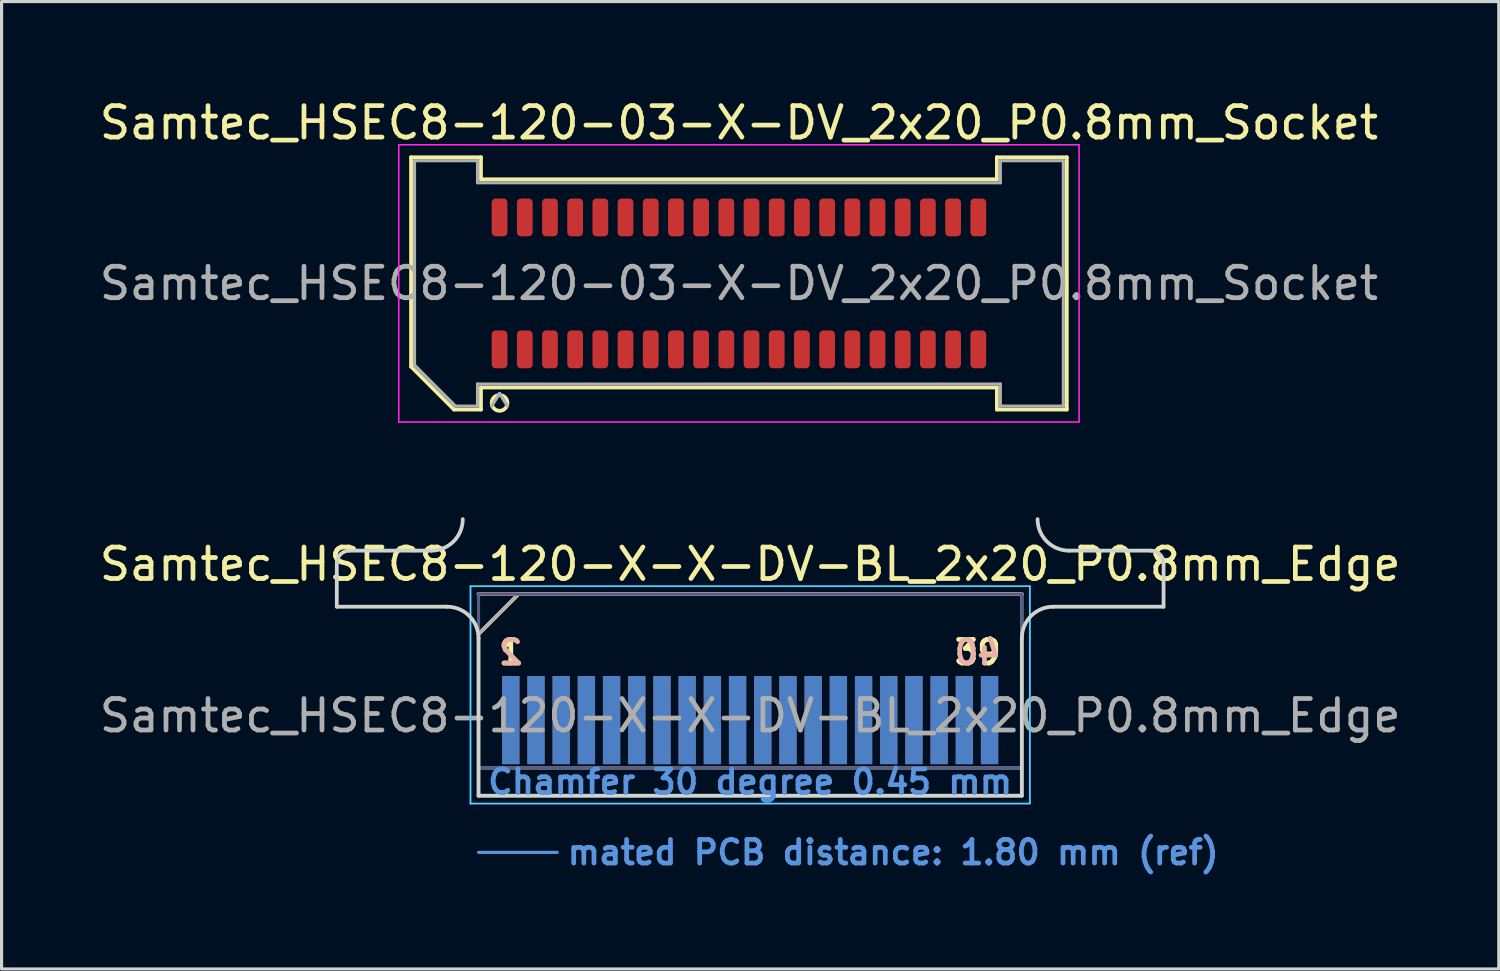
<source format=kicad_pcb>
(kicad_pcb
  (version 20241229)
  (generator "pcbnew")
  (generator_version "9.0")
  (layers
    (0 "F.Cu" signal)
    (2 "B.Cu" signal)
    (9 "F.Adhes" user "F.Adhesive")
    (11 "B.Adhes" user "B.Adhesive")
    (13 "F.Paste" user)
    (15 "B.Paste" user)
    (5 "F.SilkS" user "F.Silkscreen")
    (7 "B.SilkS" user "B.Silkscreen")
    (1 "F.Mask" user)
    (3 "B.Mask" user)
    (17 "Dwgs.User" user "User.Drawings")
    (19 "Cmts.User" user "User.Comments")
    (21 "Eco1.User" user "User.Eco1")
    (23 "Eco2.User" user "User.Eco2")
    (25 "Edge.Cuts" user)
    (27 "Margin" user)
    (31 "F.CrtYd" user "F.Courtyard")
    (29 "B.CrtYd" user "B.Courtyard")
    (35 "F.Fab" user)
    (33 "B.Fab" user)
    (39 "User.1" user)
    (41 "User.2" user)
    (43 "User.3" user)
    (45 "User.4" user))
  (footprint "Samtec_HSEC8-120-03-X-DV_2x20_P0.8mm_Socket"
    (layer "F.Cu")
    (at 20.411 5.948)
    (property "Reference" "Samtec_HSEC8-120-03-X-DV_2x20_P0.8mm_Socket" (at 0 -5.1 0) (layer "F.SilkS") (effects (font (size 1 1) (thickness 0.15))))
    (attr smd)
    (fp_line (start -10.41 -4.005) (end -8.19 -4.005) (stroke (width 0.12) (type solid)) (layer "F.SilkS"))
    (fp_line (start -10.41 2.641) (end -10.41 -4.005) (stroke (width 0.12) (type solid)) (layer "F.SilkS"))
    (fp_line (start -9.046 4.005) (end -10.41 2.641) (stroke (width 0.12) (type solid)) (layer "F.SilkS"))
    (fp_line (start -8.19 -4.005) (end -8.19 -3.305) (stroke (width 0.12) (type solid)) (layer "F.SilkS"))
    (fp_line (start -8.19 -3.305) (end 8.19 -3.305) (stroke (width 0.12) (type solid)) (layer "F.SilkS"))
    (fp_line (start -8.19 3.305) (end -8.19 4.005) (stroke (width 0.12) (type solid)) (layer "F.SilkS"))
    (fp_line (start -8.19 4.005) (end -9.046 4.005) (stroke (width 0.12) (type solid)) (layer "F.SilkS"))
    (fp_line (start 8.19 -4.005) (end 10.41 -4.005) (stroke (width 0.12) (type solid)) (layer "F.SilkS"))
    (fp_line (start 8.19 -3.305) (end 8.19 -4.005) (stroke (width 0.12) (type solid)) (layer "F.SilkS"))
    (fp_line (start 8.19 3.305) (end -8.19 3.305) (stroke (width 0.12) (type solid)) (layer "F.SilkS"))
    (fp_line (start 8.19 4.005) (end 8.19 3.305) (stroke (width 0.12) (type solid)) (layer "F.SilkS"))
    (fp_line (start 10.41 -4.005) (end 10.41 4.005) (stroke (width 0.12) (type solid)) (layer "F.SilkS"))
    (fp_line (start 10.41 4.005) (end 8.19 4.005) (stroke (width 0.12) (type solid)) (layer "F.SilkS"))
    (fp_arc (start -7.35 3.795) (mid -7.85 3.795) (end -7.35 3.795) (stroke (width 0.12) (type solid)) (layer "F.SilkS"))
    (fp_line (start -10.8 -4.4) (end -10.8 4.4) (stroke (width 0.05) (type solid)) (layer "F.CrtYd"))
    (fp_line (start -10.8 4.4) (end 10.8 4.4) (stroke (width 0.05) (type solid)) (layer "F.CrtYd"))
    (fp_line (start 10.8 -4.4) (end -10.8 -4.4) (stroke (width 0.05) (type solid)) (layer "F.CrtYd"))
    (fp_line (start 10.8 4.4) (end 10.8 -4.4) (stroke (width 0.05) (type solid)) (layer "F.CrtYd"))
    (fp_line (start -10.3 -3.895) (end -8.3 -3.895) (stroke (width 0.1) (type solid)) (layer "F.Fab"))
    (fp_line (start -10.3 2.595) (end -10.3 -3.895) (stroke (width 0.1) (type solid)) (layer "F.Fab"))
    (fp_line (start -9 3.895) (end -10.3 2.595) (stroke (width 0.1) (type solid)) (layer "F.Fab"))
    (fp_line (start -8.3 -3.895) (end -8.3 -3.195) (stroke (width 0.1) (type solid)) (layer "F.Fab"))
    (fp_line (start -8.3 -3.195) (end 8.3 -3.195) (stroke (width 0.1) (type solid)) (layer "F.Fab"))
    (fp_line (start -8.3 3.195) (end -8.3 3.895) (stroke (width 0.1) (type solid)) (layer "F.Fab"))
    (fp_line (start -8.3 3.895) (end -9 3.895) (stroke (width 0.1) (type solid)) (layer "F.Fab"))
    (fp_line (start -7.6 3.495) (end -7.85 3.895) (stroke (width 0.1) (type solid)) (layer "F.Fab"))
    (fp_line (start -7.6 3.495) (end -7.35 3.895) (stroke (width 0.1) (type solid)) (layer "F.Fab"))
    (fp_line (start 8.3 -3.895) (end 10.3 -3.895) (stroke (width 0.1) (type solid)) (layer "F.Fab"))
    (fp_line (start 8.3 -3.195) (end 8.3 -3.895) (stroke (width 0.1) (type solid)) (layer "F.Fab"))
    (fp_line (start 8.3 3.195) (end -8.3 3.195) (stroke (width 0.1) (type solid)) (layer "F.Fab"))
    (fp_line (start 8.3 3.895) (end 8.3 3.195) (stroke (width 0.1) (type solid)) (layer "F.Fab"))
    (fp_line (start 10.3 -3.895) (end 10.3 3.895) (stroke (width 0.1) (type solid)) (layer "F.Fab"))
    (fp_line (start 10.3 3.895) (end 8.3 3.895) (stroke (width 0.1) (type solid)) (layer "F.Fab"))
    (fp_text user "${REFERENCE}" (at 0 0 0) (layer "F.Fab") (effects (font (size 1 1) (thickness 0.15))))
    (pad "1" smd roundrect (at -7.6 2.095) (size 0.5 1.2) (layers "F.Cu" "F.Mask" "F.Paste") (roundrect_rratio 0.25))
    (pad "2" smd roundrect (at -7.6 -2.095) (size 0.5 1.2) (layers "F.Cu" "F.Mask" "F.Paste") (roundrect_rratio 0.25))
    (pad "3" smd roundrect (at -6.8 2.095) (size 0.5 1.2) (layers "F.Cu" "F.Mask" "F.Paste") (roundrect_rratio 0.25))
    (pad "4" smd roundrect (at -6.8 -2.095) (size 0.5 1.2) (layers "F.Cu" "F.Mask" "F.Paste") (roundrect_rratio 0.25))
    (pad "5" smd roundrect (at -6 2.095) (size 0.5 1.2) (layers "F.Cu" "F.Mask" "F.Paste") (roundrect_rratio 0.25))
    (pad "6" smd roundrect (at -6 -2.095) (size 0.5 1.2) (layers "F.Cu" "F.Mask" "F.Paste") (roundrect_rratio 0.25))
    (pad "7" smd roundrect (at -5.2 2.095) (size 0.5 1.2) (layers "F.Cu" "F.Mask" "F.Paste") (roundrect_rratio 0.25))
    (pad "8" smd roundrect (at -5.2 -2.095) (size 0.5 1.2) (layers "F.Cu" "F.Mask" "F.Paste") (roundrect_rratio 0.25))
    (pad "9" smd roundrect (at -4.4 2.095) (size 0.5 1.2) (layers "F.Cu" "F.Mask" "F.Paste") (roundrect_rratio 0.25))
    (pad "10" smd roundrect (at -4.4 -2.095) (size 0.5 1.2) (layers "F.Cu" "F.Mask" "F.Paste") (roundrect_rratio 0.25))
    (pad "11" smd roundrect (at -3.6 2.095) (size 0.5 1.2) (layers "F.Cu" "F.Mask" "F.Paste") (roundrect_rratio 0.25))
    (pad "12" smd roundrect (at -3.6 -2.095) (size 0.5 1.2) (layers "F.Cu" "F.Mask" "F.Paste") (roundrect_rratio 0.25))
    (pad "13" smd roundrect (at -2.8 2.095) (size 0.5 1.2) (layers "F.Cu" "F.Mask" "F.Paste") (roundrect_rratio 0.25))
    (pad "14" smd roundrect (at -2.8 -2.095) (size 0.5 1.2) (layers "F.Cu" "F.Mask" "F.Paste") (roundrect_rratio 0.25))
    (pad "15" smd roundrect (at -2 2.095) (size 0.5 1.2) (layers "F.Cu" "F.Mask" "F.Paste") (roundrect_rratio 0.25))
    (pad "16" smd roundrect (at -2 -2.095) (size 0.5 1.2) (layers "F.Cu" "F.Mask" "F.Paste") (roundrect_rratio 0.25))
    (pad "17" smd roundrect (at -1.2 2.095) (size 0.5 1.2) (layers "F.Cu" "F.Mask" "F.Paste") (roundrect_rratio 0.25))
    (pad "18" smd roundrect (at -1.2 -2.095) (size 0.5 1.2) (layers "F.Cu" "F.Mask" "F.Paste") (roundrect_rratio 0.25))
    (pad "19" smd roundrect (at -0.4 2.095) (size 0.5 1.2) (layers "F.Cu" "F.Mask" "F.Paste") (roundrect_rratio 0.25))
    (pad "20" smd roundrect (at -0.4 -2.095) (size 0.5 1.2) (layers "F.Cu" "F.Mask" "F.Paste") (roundrect_rratio 0.25))
    (pad "21" smd roundrect (at 0.4 2.095) (size 0.5 1.2) (layers "F.Cu" "F.Mask" "F.Paste") (roundrect_rratio 0.25))
    (pad "22" smd roundrect (at 0.4 -2.095) (size 0.5 1.2) (layers "F.Cu" "F.Mask" "F.Paste") (roundrect_rratio 0.25))
    (pad "23" smd roundrect (at 1.2 2.095) (size 0.5 1.2) (layers "F.Cu" "F.Mask" "F.Paste") (roundrect_rratio 0.25))
    (pad "24" smd roundrect (at 1.2 -2.095) (size 0.5 1.2) (layers "F.Cu" "F.Mask" "F.Paste") (roundrect_rratio 0.25))
    (pad "25" smd roundrect (at 2 2.095) (size 0.5 1.2) (layers "F.Cu" "F.Mask" "F.Paste") (roundrect_rratio 0.25))
    (pad "26" smd roundrect (at 2 -2.095) (size 0.5 1.2) (layers "F.Cu" "F.Mask" "F.Paste") (roundrect_rratio 0.25))
    (pad "27" smd roundrect (at 2.8 2.095) (size 0.5 1.2) (layers "F.Cu" "F.Mask" "F.Paste") (roundrect_rratio 0.25))
    (pad "28" smd roundrect (at 2.8 -2.095) (size 0.5 1.2) (layers "F.Cu" "F.Mask" "F.Paste") (roundrect_rratio 0.25))
    (pad "29" smd roundrect (at 3.6 2.095) (size 0.5 1.2) (layers "F.Cu" "F.Mask" "F.Paste") (roundrect_rratio 0.25))
    (pad "30" smd roundrect (at 3.6 -2.095) (size 0.5 1.2) (layers "F.Cu" "F.Mask" "F.Paste") (roundrect_rratio 0.25))
    (pad "31" smd roundrect (at 4.4 2.095) (size 0.5 1.2) (layers "F.Cu" "F.Mask" "F.Paste") (roundrect_rratio 0.25))
    (pad "32" smd roundrect (at 4.4 -2.095) (size 0.5 1.2) (layers "F.Cu" "F.Mask" "F.Paste") (roundrect_rratio 0.25))
    (pad "33" smd roundrect (at 5.2 2.095) (size 0.5 1.2) (layers "F.Cu" "F.Mask" "F.Paste") (roundrect_rratio 0.25))
    (pad "34" smd roundrect (at 5.2 -2.095) (size 0.5 1.2) (layers "F.Cu" "F.Mask" "F.Paste") (roundrect_rratio 0.25))
    (pad "35" smd roundrect (at 6 2.095) (size 0.5 1.2) (layers "F.Cu" "F.Mask" "F.Paste") (roundrect_rratio 0.25))
    (pad "36" smd roundrect (at 6 -2.095) (size 0.5 1.2) (layers "F.Cu" "F.Mask" "F.Paste") (roundrect_rratio 0.25))
    (pad "37" smd roundrect (at 6.8 2.095) (size 0.5 1.2) (layers "F.Cu" "F.Mask" "F.Paste") (roundrect_rratio 0.25))
    (pad "38" smd roundrect (at 6.8 -2.095) (size 0.5 1.2) (layers "F.Cu" "F.Mask" "F.Paste") (roundrect_rratio 0.25))
    (pad "39" smd roundrect (at 7.6 2.095) (size 0.5 1.2) (layers "F.Cu" "F.Mask" "F.Paste") (roundrect_rratio 0.25))
    (pad "40" smd roundrect (at 7.6 -2.095) (size 0.5 1.2) (layers "F.Cu" "F.Mask" "F.Paste") (roundrect_rratio 0.25)))
  (footprint "Samtec_HSEC8-120-X-X-DV-BL_2x20_P0.8mm_Edge"
    (layer "F.Cu")
    (at 20.768 22.213)
    (property "Reference" "Samtec_HSEC8-120-X-X-DV-BL_2x20_P0.8mm_Edge" (at 0 -7.35 0) (layer "F.SilkS") (effects (font (size 1 1) (thickness 0.15))))
    (attr exclude_from_pos_files exclude_from_bom)
    (fp_line (start -8.625 -5.13) (end -7.355 -6.4) (stroke (width 0.12) (type solid)) (layer "F.SilkS"))
    (fp_line (start -7.355 -6.4) (end 8.625 -6.4) (stroke (width 0.12) (type solid)) (layer "F.SilkS"))
    (fp_line (start -8.625 -6.4) (end -8.625 -6.4) (stroke (width 0.12) (type solid)) (layer "B.SilkS"))
    (fp_line (start -8.625 -6.4) (end 8.625 -6.4) (stroke (width 0.12) (type solid)) (layer "B.SilkS"))
    (fp_line (start -8.625 1.8) (end -6.125 1.8) (stroke (width 0.1) (type solid)) (layer "Cmts.User"))
    (fp_line (start -13.125 -6) (end -13.125 -7.38) (stroke (width 0.12) (type solid)) (layer "Edge.Cuts"))
    (fp_line (start -12.725 -7.78) (end -10.125 -7.78) (stroke (width 0.12) (type solid)) (layer "Edge.Cuts"))
    (fp_line (start -9.625 -6) (end -13.125 -6) (stroke (width 0.12) (type solid)) (layer "Edge.Cuts"))
    (fp_line (start -8.625 -5) (end -8.625 0) (stroke (width 0.12) (type solid)) (layer "Edge.Cuts"))
    (fp_line (start -8.625 0) (end 8.625 0) (stroke (width 0.12) (type solid)) (layer "Edge.Cuts"))
    (fp_line (start 8.625 0) (end 8.625 -5) (stroke (width 0.12) (type solid)) (layer "Edge.Cuts"))
    (fp_line (start 9.625 -6) (end 13.125 -6) (stroke (width 0.12) (type solid)) (layer "Edge.Cuts"))
    (fp_line (start 12.725 -7.78) (end 10.125 -7.78) (stroke (width 0.12) (type solid)) (layer "Edge.Cuts"))
    (fp_line (start 13.125 -6) (end 13.125 -7.38) (stroke (width 0.12) (type solid)) (layer "Edge.Cuts"))
    (fp_arc (start -13.125 -7.38) (mid -13.007843 -7.662843) (end -12.725 -7.78) (stroke (width 0.12) (type solid)) (layer "Edge.Cuts"))
    (fp_arc (start -9.625 -6) (mid -8.917893 -5.707107) (end -8.625 -5) (stroke (width 0.12) (type solid)) (layer "Edge.Cuts"))
    (fp_arc (start -9.125 -8.78) (mid -9.417893 -8.072893) (end -10.125 -7.78) (stroke (width 0.12) (type solid)) (layer "Edge.Cuts"))
    (fp_arc (start 8.625 -5) (mid 8.917893 -5.707107) (end 9.625 -6) (stroke (width 0.12) (type solid)) (layer "Edge.Cuts"))
    (fp_arc (start 10.125 -7.78) (mid 9.417893 -8.072893) (end 9.125 -8.78) (stroke (width 0.12) (type solid)) (layer "Edge.Cuts"))
    (fp_arc (start 12.725 -7.78) (mid 13.007843 -7.662843) (end 13.125 -7.38) (stroke (width 0.12) (type solid)) (layer "Edge.Cuts"))
    (fp_line (start -8.88 -6.65) (end -8.88 0.25) (stroke (width 0.05) (type solid)) (layer "B.CrtYd"))
    (fp_line (start -8.88 0.25) (end 8.88 0.25) (stroke (width 0.05) (type solid)) (layer "B.CrtYd"))
    (fp_line (start 8.88 -6.65) (end -8.88 -6.65) (stroke (width 0.05) (type solid)) (layer "B.CrtYd"))
    (fp_line (start 8.88 0.25) (end 8.88 -6.65) (stroke (width 0.05) (type solid)) (layer "B.CrtYd"))
    (fp_line (start -8.88 -6.65) (end -8.88 0.25) (stroke (width 0.05) (type solid)) (layer "F.CrtYd"))
    (fp_line (start -8.88 0.25) (end 8.88 0.25) (stroke (width 0.05) (type solid)) (layer "F.CrtYd"))
    (fp_line (start 8.88 -6.65) (end -8.88 -6.65) (stroke (width 0.05) (type solid)) (layer "F.CrtYd"))
    (fp_line (start 8.88 0.25) (end 8.88 -6.65) (stroke (width 0.05) (type solid)) (layer "F.CrtYd"))
    (fp_line (start -8.625 -6.4) (end -8.625 -6.4) (stroke (width 0.1) (type solid)) (layer "B.Fab"))
    (fp_line (start -8.625 -6.4) (end -8.625 0) (stroke (width 0.1) (type solid)) (layer "B.Fab"))
    (fp_line (start -8.625 -6.4) (end 8.625 -6.4) (stroke (width 0.1) (type solid)) (layer "B.Fab"))
    (fp_line (start -8.625 -0.88) (end 8.625 -0.88) (stroke (width 0.1) (type solid)) (layer "B.Fab"))
    (fp_line (start -8.625 0) (end 8.625 0) (stroke (width 0.1) (type solid)) (layer "B.Fab"))
    (fp_line (start 8.625 -6.4) (end 8.625 0) (stroke (width 0.1) (type solid)) (layer "B.Fab"))
    (fp_line (start -8.625 -5.13) (end -8.625 0) (stroke (width 0.1) (type solid)) (layer "F.Fab"))
    (fp_line (start -8.625 -5.13) (end -7.355 -6.4) (stroke (width 0.1) (type solid)) (layer "F.Fab"))
    (fp_line (start -8.625 -0.88) (end 8.625 -0.88) (stroke (width 0.1) (type solid)) (layer "F.Fab"))
    (fp_line (start -8.625 0) (end 8.625 0) (stroke (width 0.1) (type solid)) (layer "F.Fab"))
    (fp_line (start -7.355 -6.4) (end 8.625 -6.4) (stroke (width 0.1) (type solid)) (layer "F.Fab"))
    (fp_line (start 8.625 -6.4) (end 8.625 0) (stroke (width 0.1) (type solid)) (layer "F.Fab"))
    (fp_text user "1" (at -7.6 -4.55 0) (layer "F.SilkS") (effects (font (size 0.75 0.75) (thickness 0.15))))
    (fp_text user "39" (at 7.225 -4.55 0) (layer "F.SilkS") (effects (font (size 0.75 0.75) (thickness 0.15))))
    (fp_text user "2" (at -7.6 -4.55 0) (layer "B.SilkS") (effects (font (size 0.75 0.75) (thickness 0.15)) (justify mirror)))
    (fp_text user "40" (at 7.225 -4.55 0) (layer "B.SilkS") (effects (font (size 0.75 0.75) (thickness 0.15)) (justify mirror)))
    (fp_text user "Chamfer 30 degree 0.45 mm" (at 0 -0.44 0) (layer "Cmts.User") (effects (font (size 0.75 0.75) (thickness 0.15))))
    (fp_text user "mated PCB distance: 1.80 mm (ref)" (at -5.88 1.8 0) (layer "Cmts.User") (effects (font (size 0.75 0.75) (thickness 0.15)) (justify left)))
    (fp_text user "${REFERENCE}" (at 0 -2.54 0) (layer "F.Fab") (effects (font (size 1 1) (thickness 0.15))))
    (pad "1" connect rect (at -7.6 -2.4) (size 0.55 2.8) (layers "F.Cu" "F.Mask"))
    (pad "2" connect rect (at -7.6 -2.4) (size 0.55 2.8) (layers "B.Cu" "B.Mask"))
    (pad "3" connect rect (at -6.8 -2.4) (size 0.55 2.8) (layers "F.Cu" "F.Mask"))
    (pad "4" connect rect (at -6.8 -2.4) (size 0.55 2.8) (layers "B.Cu" "B.Mask"))
    (pad "5" connect rect (at -6 -2.4) (size 0.55 2.8) (layers "F.Cu" "F.Mask"))
    (pad "6" connect rect (at -6 -2.4) (size 0.55 2.8) (layers "B.Cu" "B.Mask"))
    (pad "7" connect rect (at -5.2 -2.4) (size 0.55 2.8) (layers "F.Cu" "F.Mask"))
    (pad "8" connect rect (at -5.2 -2.4) (size 0.55 2.8) (layers "B.Cu" "B.Mask"))
    (pad "9" connect rect (at -4.4 -2.4) (size 0.55 2.8) (layers "F.Cu" "F.Mask"))
    (pad "10" connect rect (at -4.4 -2.4) (size 0.55 2.8) (layers "B.Cu" "B.Mask"))
    (pad "11" connect rect (at -3.6 -2.4) (size 0.55 2.8) (layers "F.Cu" "F.Mask"))
    (pad "12" connect rect (at -3.6 -2.4) (size 0.55 2.8) (layers "B.Cu" "B.Mask"))
    (pad "13" connect rect (at -2.8 -2.4) (size 0.55 2.8) (layers "F.Cu" "F.Mask"))
    (pad "14" connect rect (at -2.8 -2.4) (size 0.55 2.8) (layers "B.Cu" "B.Mask"))
    (pad "15" connect rect (at -2 -2.4) (size 0.55 2.8) (layers "F.Cu" "F.Mask"))
    (pad "16" connect rect (at -2 -2.4) (size 0.55 2.8) (layers "B.Cu" "B.Mask"))
    (pad "17" connect rect (at -1.2 -2.4) (size 0.55 2.8) (layers "F.Cu" "F.Mask"))
    (pad "18" connect rect (at -1.2 -2.4) (size 0.55 2.8) (layers "B.Cu" "B.Mask"))
    (pad "19" connect rect (at -0.4 -2.4) (size 0.55 2.8) (layers "F.Cu" "F.Mask"))
    (pad "20" connect rect (at -0.4 -2.4) (size 0.55 2.8) (layers "B.Cu" "B.Mask"))
    (pad "21" connect rect (at 0.4 -2.4) (size 0.55 2.8) (layers "F.Cu" "F.Mask"))
    (pad "22" connect rect (at 0.4 -2.4) (size 0.55 2.8) (layers "B.Cu" "B.Mask"))
    (pad "23" connect rect (at 1.2 -2.4) (size 0.55 2.8) (layers "F.Cu" "F.Mask"))
    (pad "24" connect rect (at 1.2 -2.4) (size 0.55 2.8) (layers "B.Cu" "B.Mask"))
    (pad "25" connect rect (at 2 -2.4) (size 0.55 2.8) (layers "F.Cu" "F.Mask"))
    (pad "26" connect rect (at 2 -2.4) (size 0.55 2.8) (layers "B.Cu" "B.Mask"))
    (pad "27" connect rect (at 2.8 -2.4) (size 0.55 2.8) (layers "F.Cu" "F.Mask"))
    (pad "28" connect rect (at 2.8 -2.4) (size 0.55 2.8) (layers "B.Cu" "B.Mask"))
    (pad "29" connect rect (at 3.6 -2.4) (size 0.55 2.8) (layers "F.Cu" "F.Mask"))
    (pad "30" connect rect (at 3.6 -2.4) (size 0.55 2.8) (layers "B.Cu" "B.Mask"))
    (pad "31" connect rect (at 4.4 -2.4) (size 0.55 2.8) (layers "F.Cu" "F.Mask"))
    (pad "32" connect rect (at 4.4 -2.4) (size 0.55 2.8) (layers "B.Cu" "B.Mask"))
    (pad "33" connect rect (at 5.2 -2.4) (size 0.55 2.8) (layers "F.Cu" "F.Mask"))
    (pad "34" connect rect (at 5.2 -2.4) (size 0.55 2.8) (layers "B.Cu" "B.Mask"))
    (pad "35" connect rect (at 6 -2.4) (size 0.55 2.8) (layers "F.Cu" "F.Mask"))
    (pad "36" connect rect (at 6 -2.4) (size 0.55 2.8) (layers "B.Cu" "B.Mask"))
    (pad "37" connect rect (at 6.8 -2.4) (size 0.55 2.8) (layers "F.Cu" "F.Mask"))
    (pad "38" connect rect (at 6.8 -2.4) (size 0.55 2.8) (layers "B.Cu" "B.Mask"))
    (pad "39" connect rect (at 7.6 -2.4) (size 0.55 2.8) (layers "F.Cu" "F.Mask"))
    (pad "40" connect rect (at 7.6 -2.4) (size 0.55 2.8) (layers "B.Cu" "B.Mask")))
  (gr_rect
    (start -3 -3)
    (end 44.536 27.715)
    (stroke (width 0.1) (type default))
    (fill no)
    (layer "Edge.Cuts")))
</source>
